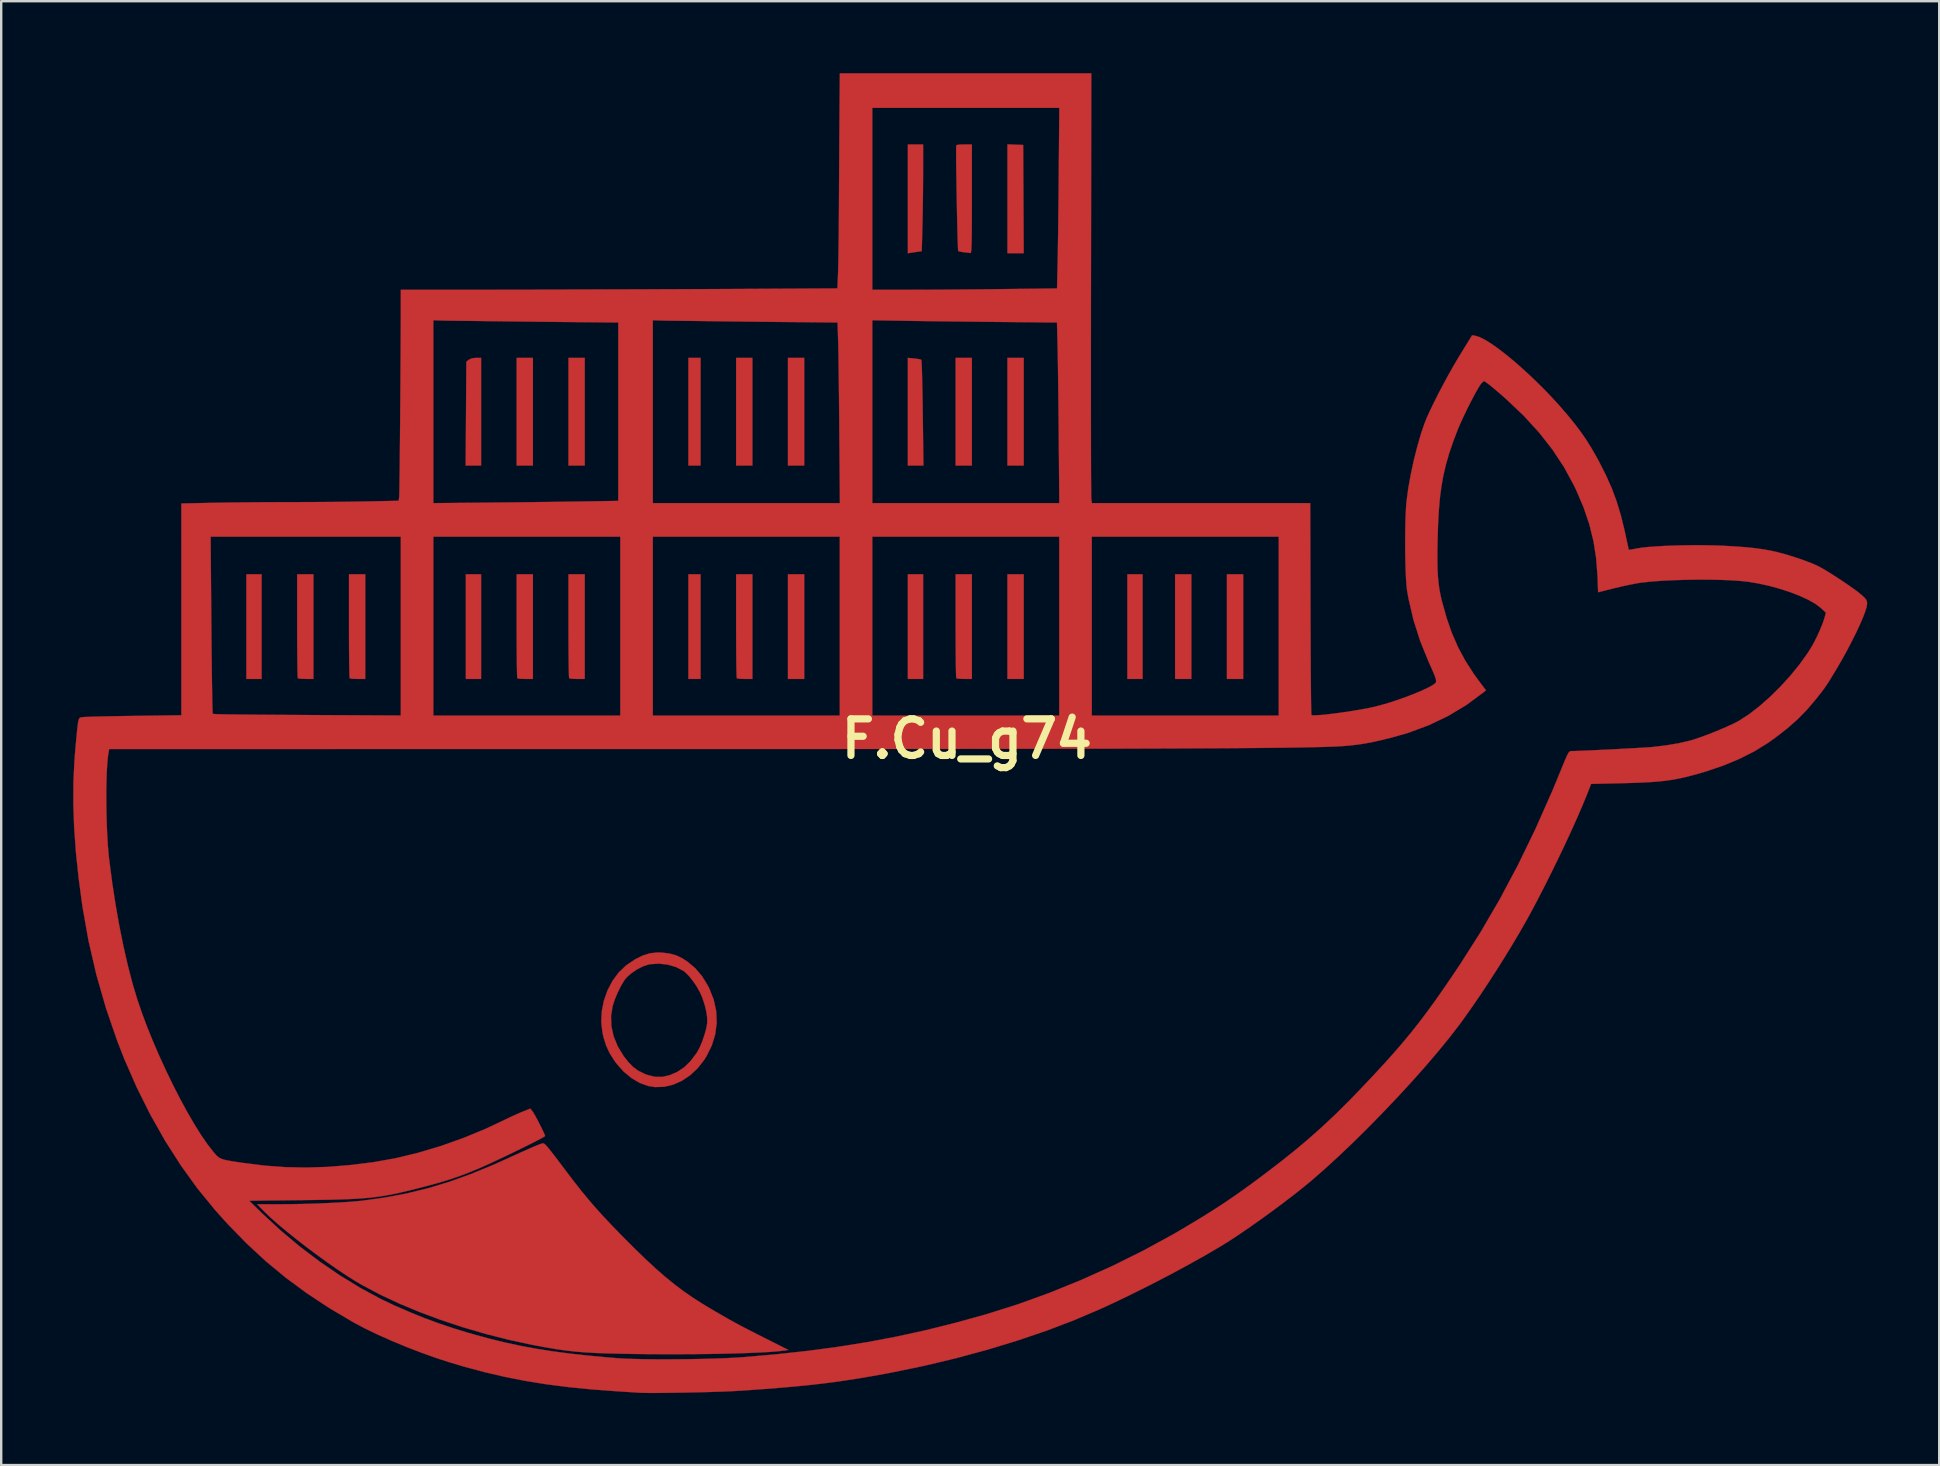
<source format=kicad_pcb>
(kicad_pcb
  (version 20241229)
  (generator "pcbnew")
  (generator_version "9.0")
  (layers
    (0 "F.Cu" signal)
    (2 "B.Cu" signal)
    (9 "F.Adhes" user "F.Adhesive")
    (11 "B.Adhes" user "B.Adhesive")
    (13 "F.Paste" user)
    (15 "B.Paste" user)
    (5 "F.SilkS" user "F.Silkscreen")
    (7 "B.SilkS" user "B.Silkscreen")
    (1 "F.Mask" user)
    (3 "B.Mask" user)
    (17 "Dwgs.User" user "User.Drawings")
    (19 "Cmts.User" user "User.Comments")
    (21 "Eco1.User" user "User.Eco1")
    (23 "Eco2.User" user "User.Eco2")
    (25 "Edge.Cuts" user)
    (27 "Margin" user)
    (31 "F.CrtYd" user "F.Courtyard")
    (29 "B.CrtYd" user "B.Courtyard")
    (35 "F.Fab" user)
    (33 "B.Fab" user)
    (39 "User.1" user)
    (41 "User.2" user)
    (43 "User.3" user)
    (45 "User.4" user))
  (footprint "F.Cu_g74"
    (layer "F.Cu")
    (at 37.228 27.733)
    (property "Reference" "F.Cu_g74" (at 0 0 0) (layer "F.SilkS") (effects (font (size 1.524 1.524) (thickness 0.3))))
    (attr through_hole)
    (fp_poly (pts (xy -29.379 -2.498) (xy -30.014 -2.498) (xy -30.014 -6.858) (xy -29.379 -6.858) (xy -29.379 -2.498)) (stroke (width 0.01) (type solid)) (fill yes) (layer "F.Cu"))
    (fp_poly (pts (xy -20.235 -2.498) (xy -20.87 -2.498) (xy -20.87 -6.858) (xy -20.235 -6.858) (xy -20.235 -2.498)) (stroke (width 0.01) (type solid)) (fill yes) (layer "F.Cu"))
    (fp_poly (pts (xy -18.076 -11.388) (xy -18.754 -11.388) (xy -18.754 -15.875) (xy -18.076 -15.875) (xy -18.076 -11.388)) (stroke (width 0.01) (type solid)) (fill yes) (layer "F.Cu"))
    (fp_poly (pts (xy -15.917 -11.388) (xy -16.595 -11.388) (xy -16.595 -15.875) (xy -15.917 -15.875) (xy -15.917 -11.388)) (stroke (width 0.01) (type solid)) (fill yes) (layer "F.Cu"))
    (fp_poly (pts (xy -11.091 -11.388) (xy -11.599 -11.388) (xy -11.599 -15.875) (xy -11.091 -15.875) (xy -11.091 -11.388)) (stroke (width 0.01) (type solid)) (fill yes) (layer "F.Cu"))
    (fp_poly (pts (xy -11.091 -2.498) (xy -11.599 -2.498) (xy -11.599 -6.858) (xy -11.091 -6.858) (xy -11.091 -2.498)) (stroke (width 0.01) (type solid)) (fill yes) (layer "F.Cu"))
    (fp_poly (pts (xy -8.932 -11.388) (xy -9.61 -11.388) (xy -9.61 -15.875) (xy -8.932 -15.875) (xy -8.932 -11.388)) (stroke (width 0.01) (type solid)) (fill yes) (layer "F.Cu"))
    (fp_poly (pts (xy -6.773 -11.388) (xy -7.451 -11.388) (xy -7.451 -15.875) (xy -6.773 -15.875) (xy -6.773 -11.388)) (stroke (width 0.01) (type solid)) (fill yes) (layer "F.Cu"))
    (fp_poly (pts (xy -6.773 -2.498) (xy -7.451 -2.498) (xy -7.451 -6.858) (xy -6.773 -6.858) (xy -6.773 -2.498)) (stroke (width 0.01) (type solid)) (fill yes) (layer "F.Cu"))
    (fp_poly (pts (xy -1.82 -2.498) (xy -2.455 -2.498) (xy -2.455 -6.858) (xy -1.82 -6.858) (xy -1.82 -2.498)) (stroke (width 0.01) (type solid)) (fill yes) (layer "F.Cu"))
    (fp_poly (pts (xy 0.212 -11.388) (xy -0.466 -11.388) (xy -0.466 -15.875) (xy 0.212 -15.875) (xy 0.212 -11.388)) (stroke (width 0.01) (type solid)) (fill yes) (layer "F.Cu"))
    (fp_poly (pts (xy 2.371 -11.388) (xy 1.693 -11.388) (xy 1.693 -15.875) (xy 2.371 -15.875) (xy 2.371 -11.388)) (stroke (width 0.01) (type solid)) (fill yes) (layer "F.Cu"))
    (fp_poly (pts (xy 2.371 -2.498) (xy 1.693 -2.498) (xy 1.693 -6.858) (xy 2.371 -6.858) (xy 2.371 -2.498)) (stroke (width 0.01) (type solid)) (fill yes) (layer "F.Cu"))
    (fp_poly (pts (xy 7.324 -2.498) (xy 6.689 -2.498) (xy 6.689 -6.858) (xy 7.324 -6.858) (xy 7.324 -2.498)) (stroke (width 0.01) (type solid)) (fill yes) (layer "F.Cu"))
    (fp_poly (pts (xy 9.356 -2.498) (xy 8.678 -2.498) (xy 8.678 -6.858) (xy 9.356 -6.858) (xy 9.356 -2.498)) (stroke (width 0.01) (type solid)) (fill yes) (layer "F.Cu"))
    (fp_poly (pts (xy 11.515 -2.498) (xy 10.837 -2.498) (xy 10.837 -6.858) (xy 11.515 -6.858) (xy 11.515 -2.498)) (stroke (width 0.01) (type solid)) (fill yes) (layer "F.Cu"))
    (fp_poly (pts (xy 2.021 -24.756) (xy 2.349 -24.744) (xy 2.371 -20.235) (xy 1.693 -20.235) (xy 1.693 -24.769) (xy 2.021 -24.756)) (stroke (width 0.01) (type solid)) (fill yes) (layer "F.Cu"))
    (fp_poly (pts (xy -20.235 -11.388) (xy -20.878 -11.388) (xy -20.849 -15.713) (xy -20.749 -15.794) (xy -20.613 -15.858) (xy -20.442 -15.875) (xy -20.235 -15.875) (xy -20.235 -11.388)) (stroke (width 0.01) (type solid)) (fill yes) (layer "F.Cu"))
    (fp_poly (pts (xy -1.82 -23.629) (xy -1.822 -23.244) (xy -1.825 -22.81) (xy -1.83 -22.359) (xy -1.837 -21.921) (xy -1.845 -21.526) (xy -1.848 -21.407) (xy -1.876 -20.321) (xy -2.028 -20.297) (xy -2.178 -20.274) (xy -2.318 -20.253) (xy -2.455 -20.231) (xy -2.455 -24.765) (xy -1.82 -24.765) (xy -1.82 -23.629)) (stroke (width 0.01) (type solid)) (fill yes) (layer "F.Cu"))
    (fp_poly (pts (xy -2.191 -15.848) (xy -2.047 -15.83) (xy -1.939 -15.809) (xy -1.894 -15.793) (xy -1.887 -15.746) (xy -1.88 -15.623) (xy -1.872 -15.431) (xy -1.864 -15.178) (xy -1.857 -14.873) (xy -1.849 -14.523) (xy -1.842 -14.137) (xy -1.836 -13.722) (xy -1.834 -13.576) (xy -1.807 -11.388) (xy -2.455 -11.388) (xy -2.455 -15.874) (xy -2.191 -15.848)) (stroke (width 0.01) (type solid)) (fill yes) (layer "F.Cu"))
    (fp_poly (pts (xy -27.22 -2.498) (xy -27.531 -2.498) (xy -27.686 -2.501) (xy -27.806 -2.511) (xy -27.867 -2.524) (xy -27.869 -2.526) (xy -27.875 -2.573) (xy -27.88 -2.696) (xy -27.885 -2.887) (xy -27.889 -3.139) (xy -27.892 -3.444) (xy -27.895 -3.792) (xy -27.897 -4.177) (xy -27.898 -4.59) (xy -27.898 -4.706) (xy -27.898 -6.858) (xy -27.22 -6.858) (xy -27.22 -2.498)) (stroke (width 0.01) (type solid)) (fill yes) (layer "F.Cu"))
    (fp_poly (pts (xy -25.061 -2.498) (xy -25.372 -2.498) (xy -25.527 -2.501) (xy -25.647 -2.511) (xy -25.708 -2.524) (xy -25.71 -2.526) (xy -25.716 -2.573) (xy -25.721 -2.696) (xy -25.726 -2.887) (xy -25.73 -3.139) (xy -25.733 -3.444) (xy -25.736 -3.792) (xy -25.738 -4.177) (xy -25.739 -4.59) (xy -25.739 -4.706) (xy -25.739 -6.858) (xy -25.061 -6.858) (xy -25.061 -2.498)) (stroke (width 0.01) (type solid)) (fill yes) (layer "F.Cu"))
    (fp_poly (pts (xy -18.076 -2.498) (xy -18.387 -2.498) (xy -18.542 -2.501) (xy -18.662 -2.511) (xy -18.723 -2.524) (xy -18.725 -2.526) (xy -18.731 -2.573) (xy -18.736 -2.696) (xy -18.741 -2.887) (xy -18.745 -3.139) (xy -18.748 -3.444) (xy -18.751 -3.792) (xy -18.753 -4.177) (xy -18.754 -4.59) (xy -18.754 -4.706) (xy -18.754 -6.858) (xy -18.076 -6.858) (xy -18.076 -2.498)) (stroke (width 0.01) (type solid)) (fill yes) (layer "F.Cu"))
    (fp_poly (pts (xy -15.917 -2.498) (xy -16.228 -2.498) (xy -16.383 -2.501) (xy -16.503 -2.511) (xy -16.564 -2.524) (xy -16.566 -2.526) (xy -16.572 -2.573) (xy -16.577 -2.696) (xy -16.582 -2.887) (xy -16.586 -3.139) (xy -16.589 -3.444) (xy -16.592 -3.792) (xy -16.594 -4.177) (xy -16.595 -4.59) (xy -16.595 -4.706) (xy -16.595 -6.858) (xy -15.917 -6.858) (xy -15.917 -2.498)) (stroke (width 0.01) (type solid)) (fill yes) (layer "F.Cu"))
    (fp_poly (pts (xy -8.932 -2.498) (xy -9.243 -2.498) (xy -9.398 -2.501) (xy -9.518 -2.511) (xy -9.579 -2.524) (xy -9.581 -2.526) (xy -9.587 -2.573) (xy -9.592 -2.696) (xy -9.597 -2.887) (xy -9.601 -3.139) (xy -9.604 -3.444) (xy -9.607 -3.792) (xy -9.609 -4.177) (xy -9.61 -4.59) (xy -9.61 -4.706) (xy -9.61 -6.858) (xy -8.932 -6.858) (xy -8.932 -2.498)) (stroke (width 0.01) (type solid)) (fill yes) (layer "F.Cu"))
    (fp_poly (pts (xy 0.212 -2.498) (xy -0.099 -2.498) (xy -0.254 -2.501) (xy -0.374 -2.511) (xy -0.435 -2.524) (xy -0.437 -2.526) (xy -0.443 -2.573) (xy -0.448 -2.696) (xy -0.453 -2.887) (xy -0.457 -3.139) (xy -0.46 -3.444) (xy -0.463 -3.792) (xy -0.465 -4.177) (xy -0.466 -4.59) (xy -0.466 -4.706) (xy -0.466 -6.858) (xy 0.212 -6.858) (xy 0.212 -2.498)) (stroke (width 0.01) (type solid)) (fill yes) (layer "F.Cu"))
    (fp_poly (pts (xy 0.212 -22.5) (xy 0.211 -21.985) (xy 0.21 -21.549) (xy 0.208 -21.187) (xy 0.205 -20.893) (xy 0.2 -20.661) (xy 0.194 -20.486) (xy 0.187 -20.362) (xy 0.177 -20.285) (xy 0.167 -20.247) (xy 0.159 -20.241) (xy 0.088 -20.25) (xy -0.033 -20.264) (xy -0.114 -20.274) (xy -0.243 -20.293) (xy -0.333 -20.314) (xy -0.358 -20.325) (xy -0.363 -20.371) (xy -0.369 -20.491) (xy -0.376 -20.677) (xy -0.384 -20.919) (xy -0.392 -21.207) (xy -0.399 -21.531) (xy -0.407 -21.881) (xy -0.414 -22.249) (xy -0.421 -22.623) (xy -0.428 -22.996) (xy -0.433 -23.356) (xy -0.438 -23.694) (xy -0.442 -24.001) (xy -0.444 -24.267) (xy -0.444 -24.481) (xy -0.443 -24.636) (xy -0.44 -24.72) (xy -0.438 -24.732) (xy -0.389 -24.748) (xy -0.278 -24.76) (xy -0.128 -24.765) (xy -0.103 -24.765) (xy 0.212 -24.765) (xy 0.212 -22.5)) (stroke (width 0.01) (type solid)) (fill yes) (layer "F.Cu"))
    (fp_poly (pts (xy -12.702 8.903) (xy -12.38 8.943) (xy -12.107 9.019) (xy -11.852 9.141) (xy -11.637 9.282) (xy -11.312 9.555) (xy -11.036 9.878) (xy -10.796 10.265) (xy -10.73 10.393) (xy -10.543 10.865) (xy -10.44 11.345) (xy -10.419 11.827) (xy -10.48 12.306) (xy -10.624 12.775) (xy -10.849 13.229) (xy -10.936 13.367) (xy -11.212 13.72) (xy -11.526 14.014) (xy -11.869 14.243) (xy -12.233 14.405) (xy -12.608 14.494) (xy -12.986 14.506) (xy -13.271 14.462) (xy -13.622 14.336) (xy -13.965 14.134) (xy -14.289 13.867) (xy -14.581 13.542) (xy -14.686 13.4) (xy -14.885 13.081) (xy -15.03 12.766) (xy -15.137 12.422) (xy -15.179 12.233) (xy -15.229 11.796) (xy -15.217 11.549) (xy -14.822 11.549) (xy -14.807 11.972) (xy -14.712 12.396) (xy -14.54 12.815) (xy -14.292 13.221) (xy -14.11 13.453) (xy -13.904 13.665) (xy -13.688 13.825) (xy -13.429 13.953) (xy -13.325 13.994) (xy -12.999 14.078) (xy -12.684 14.082) (xy -12.382 14.012) (xy -12.055 13.87) (xy -11.769 13.679) (xy -11.511 13.426) (xy -11.266 13.102) (xy -11.233 13.051) (xy -11.129 12.859) (xy -11.025 12.613) (xy -10.932 12.342) (xy -10.858 12.078) (xy -10.816 11.852) (xy -10.814 11.628) (xy -10.852 11.357) (xy -10.924 11.063) (xy -11.023 10.769) (xy -11.116 10.557) (xy -11.247 10.323) (xy -11.404 10.093) (xy -11.569 9.887) (xy -11.726 9.727) (xy -11.805 9.665) (xy -12.109 9.507) (xy -12.455 9.405) (xy -12.82 9.363) (xy -13.179 9.385) (xy -13.259 9.4) (xy -13.494 9.477) (xy -13.742 9.605) (xy -13.977 9.765) (xy -14.173 9.94) (xy -14.266 10.053) (xy -14.411 10.296) (xy -14.554 10.585) (xy -14.676 10.886) (xy -14.755 11.134) (xy -14.822 11.549) (xy -15.217 11.549) (xy -15.207 11.35) (xy -15.12 10.908) (xy -14.971 10.483) (xy -14.766 10.09) (xy -14.51 9.741) (xy -14.208 9.451) (xy -14.151 9.408) (xy -13.815 9.183) (xy -13.504 9.026) (xy -13.205 8.933) (xy -12.901 8.898) (xy -12.702 8.903)) (stroke (width 0.01) (type solid)) (fill yes) (layer "F.Cu"))
    (fp_poly (pts (xy -17.629 16.854) (xy -17.595 16.873) (xy -17.55 16.913) (xy -17.489 16.979) (xy -17.405 17.079) (xy -17.294 17.219) (xy -17.15 17.406) (xy -16.967 17.647) (xy -16.74 17.947) (xy -16.691 18.013) (xy -16.367 18.439) (xy -16.067 18.82) (xy -15.777 19.173) (xy -15.485 19.513) (xy -15.175 19.857) (xy -14.834 20.22) (xy -14.449 20.619) (xy -14.311 20.759) (xy -13.817 21.254) (xy -13.365 21.691) (xy -12.948 22.077) (xy -12.555 22.42) (xy -12.177 22.727) (xy -11.804 23.008) (xy -11.428 23.269) (xy -11.038 23.519) (xy -10.856 23.63) (xy -10.516 23.832) (xy -10.218 24.006) (xy -9.945 24.162) (xy -9.679 24.309) (xy -9.402 24.458) (xy -9.098 24.616) (xy -8.749 24.795) (xy -8.423 24.959) (xy -7.429 25.459) (xy -7.662 25.49) (xy -7.919 25.518) (xy -8.251 25.543) (xy -8.652 25.565) (xy -9.113 25.584) (xy -9.625 25.601) (xy -10.181 25.615) (xy -10.772 25.625) (xy -11.39 25.632) (xy -12.027 25.635) (xy -12.674 25.635) (xy -13.324 25.631) (xy -13.968 25.623) (xy -14.541 25.612) (xy -15.071 25.598) (xy -15.535 25.58) (xy -15.95 25.555) (xy -16.337 25.522) (xy -16.712 25.48) (xy -17.095 25.426) (xy -17.503 25.357) (xy -17.956 25.274) (xy -18.096 25.247) (xy -19.062 25.039) (xy -20.028 24.794) (xy -20.983 24.515) (xy -21.914 24.207) (xy -22.811 23.873) (xy -23.662 23.517) (xy -24.456 23.145) (xy -25.181 22.759) (xy -25.455 22.599) (xy -25.82 22.37) (xy -26.221 22.103) (xy -26.645 21.807) (xy -27.08 21.492) (xy -27.514 21.167) (xy -27.936 20.839) (xy -28.334 20.52) (xy -28.696 20.217) (xy -29.009 19.94) (xy -29.263 19.698) (xy -29.272 19.688) (xy -29.568 19.389) (xy -28.659 19.388) (xy -28.152 19.384) (xy -27.632 19.374) (xy -27.113 19.359) (xy -26.611 19.338) (xy -26.14 19.314) (xy -25.716 19.287) (xy -25.354 19.256) (xy -25.207 19.241) (xy -24.256 19.11) (xy -23.342 18.939) (xy -22.448 18.721) (xy -21.559 18.453) (xy -20.657 18.129) (xy -19.727 17.746) (xy -19.283 17.547) (xy -18.863 17.355) (xy -18.515 17.198) (xy -18.233 17.073) (xy -18.012 16.977) (xy -17.848 16.91) (xy -17.736 16.869) (xy -17.67 16.851) (xy -17.657 16.849) (xy -17.629 16.854)) (stroke (width 0.01) (type solid)) (fill yes) (layer "F.Cu"))
    (fp_poly (pts (xy 5.174 -18.955) (xy 5.172 -18.097) (xy 5.172 -17.26) (xy 5.171 -16.448) (xy 5.171 -15.665) (xy 5.171 -14.916) (xy 5.171 -14.205) (xy 5.171 -13.534) (xy 5.172 -12.909) (xy 5.173 -12.334) (xy 5.174 -11.812) (xy 5.175 -11.348) (xy 5.177 -10.946) (xy 5.179 -10.609) (xy 5.181 -10.342) (xy 5.183 -10.149) (xy 5.185 -10.033) (xy 5.187 -10.001) (xy 5.212 -9.821) (xy 14.308 -9.821) (xy 14.319 -5.422) (xy 14.32 -4.819) (xy 14.323 -4.24) (xy 14.325 -3.69) (xy 14.328 -3.175) (xy 14.331 -2.702) (xy 14.335 -2.274) (xy 14.338 -1.899) (xy 14.342 -1.581) (xy 14.346 -1.326) (xy 14.35 -1.14) (xy 14.354 -1.028) (xy 14.357 -0.996) (xy 14.418 -0.982) (xy 14.55 -0.982) (xy 14.741 -0.995) (xy 14.981 -1.018) (xy 15.256 -1.05) (xy 15.555 -1.089) (xy 15.867 -1.134) (xy 16.179 -1.184) (xy 16.48 -1.236) (xy 16.758 -1.289) (xy 17 -1.342) (xy 17.046 -1.354) (xy 17.349 -1.434) (xy 17.668 -1.53) (xy 17.994 -1.638) (xy 18.315 -1.753) (xy 18.621 -1.871) (xy 18.901 -1.987) (xy 19.144 -2.098) (xy 19.339 -2.198) (xy 19.476 -2.284) (xy 19.543 -2.351) (xy 19.545 -2.356) (xy 19.553 -2.406) (xy 19.543 -2.478) (xy 19.511 -2.584) (xy 19.452 -2.734) (xy 19.364 -2.939) (xy 19.243 -3.209) (xy 19.239 -3.217) (xy 18.891 -4.071) (xy 18.61 -4.952) (xy 18.403 -5.838) (xy 18.343 -6.181) (xy 18.319 -6.388) (xy 18.299 -6.665) (xy 18.284 -6.997) (xy 18.272 -7.371) (xy 18.265 -7.771) (xy 18.263 -8.184) (xy 18.265 -8.594) (xy 18.272 -8.987) (xy 18.284 -9.349) (xy 18.301 -9.665) (xy 18.322 -9.92) (xy 18.323 -9.927) (xy 18.396 -10.46) (xy 18.5 -11.036) (xy 18.628 -11.627) (xy 18.775 -12.207) (xy 18.934 -12.749) (xy 19.054 -13.102) (xy 19.151 -13.346) (xy 19.286 -13.648) (xy 19.452 -13.994) (xy 19.641 -14.37) (xy 19.847 -14.763) (xy 20.062 -15.158) (xy 20.279 -15.543) (xy 20.491 -15.903) (xy 20.548 -15.996) (xy 21.052 -16.815) (xy 21.192 -16.793) (xy 21.371 -16.736) (xy 21.599 -16.621) (xy 21.867 -16.453) (xy 22.169 -16.238) (xy 22.499 -15.982) (xy 22.849 -15.691) (xy 23.212 -15.37) (xy 23.582 -15.026) (xy 23.952 -14.665) (xy 24.315 -14.291) (xy 24.664 -13.912) (xy 24.992 -13.533) (xy 25.035 -13.483) (xy 25.33 -13.118) (xy 25.582 -12.786) (xy 25.805 -12.463) (xy 26.017 -12.124) (xy 26.234 -11.745) (xy 26.342 -11.547) (xy 26.628 -10.984) (xy 26.87 -10.44) (xy 27.074 -9.89) (xy 27.249 -9.312) (xy 27.404 -8.682) (xy 27.456 -8.439) (xy 27.499 -8.236) (xy 27.537 -8.065) (xy 27.565 -7.942) (xy 27.581 -7.883) (xy 27.582 -7.881) (xy 27.626 -7.882) (xy 27.733 -7.898) (xy 27.881 -7.926) (xy 27.925 -7.935) (xy 28.134 -7.968) (xy 28.414 -7.997) (xy 28.753 -8.022) (xy 29.137 -8.042) (xy 29.552 -8.057) (xy 29.986 -8.066) (xy 30.425 -8.07) (xy 30.855 -8.066) (xy 31.265 -8.056) (xy 31.485 -8.047) (xy 31.999 -8.019) (xy 32.443 -7.986) (xy 32.831 -7.946) (xy 33.177 -7.899) (xy 33.494 -7.841) (xy 33.722 -7.791) (xy 34.041 -7.708) (xy 34.382 -7.606) (xy 34.722 -7.494) (xy 35.04 -7.379) (xy 35.315 -7.267) (xy 35.496 -7.182) (xy 35.686 -7.077) (xy 35.918 -6.937) (xy 36.177 -6.774) (xy 36.446 -6.598) (xy 36.708 -6.42) (xy 36.947 -6.252) (xy 37.145 -6.105) (xy 37.285 -5.99) (xy 37.404 -5.879) (xy 37.471 -5.796) (xy 37.501 -5.718) (xy 37.507 -5.622) (xy 37.486 -5.49) (xy 37.425 -5.294) (xy 37.329 -5.045) (xy 37.202 -4.753) (xy 37.05 -4.426) (xy 36.875 -4.075) (xy 36.684 -3.709) (xy 36.48 -3.337) (xy 36.267 -2.969) (xy 36.207 -2.868) (xy 36.055 -2.617) (xy 35.934 -2.42) (xy 35.83 -2.259) (xy 35.731 -2.116) (xy 35.625 -1.973) (xy 35.498 -1.81) (xy 35.372 -1.651) (xy 35 -1.213) (xy 34.604 -0.81) (xy 34.168 -0.426) (xy 33.677 -0.045) (xy 33.359 0.179) (xy 32.816 0.515) (xy 32.203 0.825) (xy 31.531 1.106) (xy 30.812 1.351) (xy 30.593 1.416) (xy 30.259 1.509) (xy 29.956 1.587) (xy 29.672 1.651) (xy 29.394 1.703) (xy 29.11 1.744) (xy 28.804 1.776) (xy 28.465 1.801) (xy 28.08 1.821) (xy 27.634 1.837) (xy 27.176 1.849) (xy 26.01 1.876) (xy 25.825 2.346) (xy 25.642 2.79) (xy 25.424 3.294) (xy 25.178 3.842) (xy 24.909 4.421) (xy 24.625 5.015) (xy 24.333 5.612) (xy 24.04 6.196) (xy 23.752 6.753) (xy 23.477 7.27) (xy 23.34 7.518) (xy 22.996 8.121) (xy 22.615 8.759) (xy 22.209 9.414) (xy 21.79 10.067) (xy 21.37 10.702) (xy 20.959 11.298) (xy 20.571 11.839) (xy 20.513 11.917) (xy 20.1 12.453) (xy 19.628 13.03) (xy 19.109 13.638) (xy 18.55 14.267) (xy 17.963 14.905) (xy 17.356 15.545) (xy 16.74 16.174) (xy 16.124 16.784) (xy 15.517 17.363) (xy 14.929 17.902) (xy 14.37 18.391) (xy 14.33 18.424) (xy 13.986 18.707) (xy 13.593 19.018) (xy 13.164 19.346) (xy 12.713 19.681) (xy 12.255 20.013) (xy 11.803 20.332) (xy 11.371 20.628) (xy 10.974 20.89) (xy 10.626 21.109) (xy 10.583 21.135) (xy 9.91 21.528) (xy 9.176 21.938) (xy 8.402 22.354) (xy 7.607 22.765) (xy 6.813 23.161) (xy 6.039 23.532) (xy 5.567 23.749) (xy 4.488 24.21) (xy 3.337 24.649) (xy 2.124 25.062) (xy 0.862 25.446) (xy -0.44 25.799) (xy -1.772 26.117) (xy -3.121 26.396) (xy -3.429 26.454) (xy -3.994 26.555) (xy -4.528 26.646) (xy -5.044 26.726) (xy -5.552 26.799) (xy -6.066 26.864) (xy -6.598 26.924) (xy -7.16 26.979) (xy -7.764 27.032) (xy -8.423 27.084) (xy -9.148 27.136) (xy -9.499 27.16) (xy -9.742 27.173) (xy -10.042 27.187) (xy -10.388 27.199) (xy -10.768 27.211) (xy -11.169 27.221) (xy -11.58 27.23) (xy -11.987 27.238) (xy -12.38 27.243) (xy -12.747 27.247) (xy -13.074 27.248) (xy -13.349 27.247) (xy -13.562 27.243) (xy -13.674 27.238) (xy -13.797 27.229) (xy -13.984 27.217) (xy -14.214 27.202) (xy -14.466 27.186) (xy -14.605 27.177) (xy -15.64 27.1) (xy -16.607 27.004) (xy -17.521 26.887) (xy -18.396 26.746) (xy -19.247 26.578) (xy -20.09 26.382) (xy -20.939 26.154) (xy -21.569 25.967) (xy -22.148 25.778) (xy -22.751 25.561) (xy -23.361 25.326) (xy -23.959 25.077) (xy -24.528 24.824) (xy -25.051 24.573) (xy -25.511 24.331) (xy -25.548 24.31) (xy -26.554 23.715) (xy -27.489 23.099) (xy -28.367 22.452) (xy -29.2 21.764) (xy -30.002 21.022) (xy -30.787 20.217) (xy -31.321 19.623) (xy -32.05 18.731) (xy -32.745 17.767) (xy -33.402 16.737) (xy -34.017 15.65) (xy -34.585 14.51) (xy -35.103 13.326) (xy -35.385 12.605) (xy -35.861 11.225) (xy -36.265 9.816) (xy -36.594 8.393) (xy -36.845 6.973) (xy -36.846 6.964) (xy -37 5.816) (xy -37.114 4.734) (xy -37.188 3.706) (xy -37.223 2.724) (xy -37.22 2.221) (xy -35.85 2.221) (xy -35.849 2.678) (xy -35.842 3.146) (xy -35.828 3.611) (xy -35.808 4.062) (xy -35.781 4.486) (xy -35.747 4.87) (xy -35.731 5.016) (xy -35.609 5.953) (xy -35.468 6.877) (xy -35.31 7.776) (xy -35.136 8.638) (xy -34.95 9.451) (xy -34.754 10.202) (xy -34.562 10.845) (xy -34.368 11.413) (xy -34.145 12.007) (xy -33.898 12.617) (xy -33.631 13.233) (xy -33.349 13.846) (xy -33.058 14.445) (xy -32.762 15.022) (xy -32.466 15.565) (xy -32.175 16.066) (xy -31.893 16.515) (xy -31.626 16.902) (xy -31.391 17.202) (xy -31.305 17.303) (xy -31.23 17.381) (xy -31.154 17.442) (xy -31.065 17.489) (xy -30.95 17.528) (xy -30.797 17.563) (xy -30.592 17.599) (xy -30.325 17.64) (xy -30.12 17.67) (xy -29.244 17.779) (xy -28.383 17.842) (xy -27.519 17.859) (xy -26.635 17.831) (xy -25.715 17.757) (xy -24.742 17.637) (xy -24.701 17.631) (xy -23.798 17.471) (xy -22.862 17.245) (xy -21.911 16.961) (xy -20.961 16.623) (xy -20.028 16.237) (xy -19.259 15.874) (xy -19.044 15.769) (xy -18.814 15.663) (xy -18.604 15.571) (xy -18.511 15.532) (xy -18.184 15.402) (xy -18.095 15.514) (xy -18.046 15.588) (xy -17.974 15.714) (xy -17.888 15.874) (xy -17.797 16.048) (xy -17.711 16.221) (xy -17.637 16.373) (xy -17.587 16.486) (xy -17.568 16.543) (xy -17.605 16.572) (xy -17.709 16.632) (xy -17.869 16.717) (xy -18.077 16.824) (xy -18.321 16.946) (xy -18.593 17.08) (xy -18.881 17.221) (xy -19.177 17.364) (xy -19.471 17.503) (xy -19.751 17.634) (xy -20.009 17.752) (xy -20.234 17.853) (xy -20.36 17.907) (xy -20.77 18.075) (xy -21.152 18.219) (xy -21.532 18.349) (xy -21.935 18.472) (xy -22.387 18.597) (xy -22.572 18.646) (xy -22.98 18.751) (xy -23.345 18.841) (xy -23.678 18.918) (xy -23.99 18.983) (xy -24.289 19.037) (xy -24.588 19.081) (xy -24.896 19.117) (xy -25.223 19.145) (xy -25.581 19.167) (xy -25.979 19.183) (xy -26.427 19.196) (xy -26.937 19.205) (xy -27.519 19.213) (xy -27.68 19.215) (xy -29.896 19.241) (xy -29.331 19.792) (xy -28.583 20.484) (xy -27.791 21.147) (xy -26.967 21.771) (xy -26.124 22.348) (xy -25.274 22.869) (xy -24.431 23.325) (xy -23.834 23.61) (xy -23.194 23.887) (xy -22.598 24.129) (xy -22.015 24.344) (xy -21.42 24.545) (xy -20.783 24.739) (xy -20.532 24.812) (xy -19.878 24.99) (xy -19.237 25.147) (xy -18.597 25.285) (xy -17.943 25.406) (xy -17.264 25.513) (xy -16.545 25.608) (xy -15.773 25.693) (xy -14.937 25.77) (xy -14.541 25.802) (xy -14.252 25.819) (xy -13.891 25.832) (xy -13.473 25.841) (xy -13.01 25.847) (xy -12.516 25.848) (xy -12.005 25.845) (xy -11.489 25.839) (xy -10.982 25.83) (xy -10.497 25.816) (xy -10.048 25.8) (xy -9.649 25.78) (xy -9.356 25.761) (xy -7.963 25.641) (xy -6.638 25.497) (xy -5.367 25.327) (xy -4.134 25.13) (xy -2.925 24.901) (xy -1.727 24.639) (xy -0.525 24.34) (xy 0.697 24.004) (xy 0.826 23.966) (xy 2.123 23.557) (xy 3.442 23.08) (xy 4.764 22.543) (xy 6.072 21.955) (xy 7.348 21.322) (xy 8.574 20.653) (xy 8.911 20.457) (xy 9.455 20.133) (xy 9.941 19.836) (xy 10.387 19.554) (xy 10.811 19.276) (xy 11.229 18.989) (xy 11.659 18.683) (xy 12.12 18.345) (xy 12.34 18.18) (xy 13.031 17.653) (xy 13.663 17.149) (xy 14.252 16.654) (xy 14.816 16.152) (xy 15.371 15.63) (xy 15.933 15.072) (xy 16.429 14.559) (xy 16.923 14.036) (xy 17.367 13.557) (xy 17.77 13.108) (xy 18.141 12.679) (xy 18.491 12.258) (xy 18.829 11.832) (xy 19.164 11.389) (xy 19.506 10.919) (xy 19.864 10.408) (xy 20.248 9.845) (xy 20.562 9.377) (xy 21.403 8.056) (xy 22.204 6.682) (xy 22.966 5.248) (xy 23.693 3.749) (xy 24.389 2.179) (xy 24.743 1.322) (xy 24.854 1.049) (xy 24.939 0.845) (xy 25.003 0.7) (xy 25.053 0.604) (xy 25.093 0.547) (xy 25.129 0.518) (xy 25.166 0.509) (xy 25.187 0.508) (xy 25.308 0.506) (xy 25.5 0.499) (xy 25.751 0.489) (xy 26.047 0.476) (xy 26.375 0.46) (xy 26.723 0.444) (xy 27.076 0.426) (xy 27.422 0.407) (xy 27.748 0.39) (xy 28.041 0.373) (xy 28.287 0.358) (xy 28.474 0.345) (xy 28.575 0.337) (xy 29.135 0.27) (xy 29.648 0.184) (xy 30.099 0.08) (xy 30.184 0.057) (xy 30.436 -0.023) (xy 30.731 -0.128) (xy 31.049 -0.249) (xy 31.369 -0.38) (xy 31.673 -0.511) (xy 31.939 -0.634) (xy 32.148 -0.742) (xy 32.176 -0.758) (xy 32.588 -1.025) (xy 33.019 -1.358) (xy 33.457 -1.744) (xy 33.889 -2.169) (xy 34.301 -2.621) (xy 34.682 -3.087) (xy 35.017 -3.554) (xy 35.155 -3.768) (xy 35.283 -3.993) (xy 35.416 -4.255) (xy 35.541 -4.529) (xy 35.648 -4.789) (xy 35.724 -5.008) (xy 35.737 -5.053) (xy 35.792 -5.259) (xy 35.576 -5.458) (xy 35.357 -5.624) (xy 35.067 -5.79) (xy 34.717 -5.953) (xy 34.32 -6.108) (xy 33.889 -6.249) (xy 33.436 -6.374) (xy 32.973 -6.476) (xy 32.583 -6.542) (xy 32.261 -6.578) (xy 31.869 -6.606) (xy 31.425 -6.624) (xy 30.944 -6.634) (xy 30.441 -6.635) (xy 29.932 -6.627) (xy 29.434 -6.612) (xy 28.96 -6.588) (xy 28.528 -6.556) (xy 28.153 -6.516) (xy 28.022 -6.498) (xy 27.819 -6.463) (xy 27.563 -6.412) (xy 27.284 -6.351) (xy 27.012 -6.287) (xy 26.946 -6.271) (xy 26.301 -6.109) (xy 26.277 -6.769) (xy 26.221 -7.52) (xy 26.108 -8.239) (xy 25.934 -8.944) (xy 25.693 -9.651) (xy 25.383 -10.376) (xy 25.294 -10.562) (xy 24.881 -11.322) (xy 24.398 -12.055) (xy 23.84 -12.766) (xy 23.206 -13.459) (xy 22.49 -14.139) (xy 22.487 -14.142) (xy 22.285 -14.32) (xy 22.093 -14.486) (xy 21.924 -14.629) (xy 21.792 -14.738) (xy 21.713 -14.798) (xy 21.546 -14.914) (xy 21.442 -14.817) (xy 21.385 -14.742) (xy 21.299 -14.602) (xy 21.191 -14.412) (xy 21.069 -14.184) (xy 20.939 -13.931) (xy 20.808 -13.667) (xy 20.682 -13.404) (xy 20.568 -13.156) (xy 20.474 -12.936) (xy 20.45 -12.878) (xy 20.259 -12.376) (xy 20.098 -11.904) (xy 19.966 -11.447) (xy 19.858 -10.992) (xy 19.774 -10.524) (xy 19.71 -10.028) (xy 19.663 -9.49) (xy 19.632 -8.897) (xy 19.613 -8.255) (xy 19.606 -7.778) (xy 19.606 -7.373) (xy 19.614 -7.025) (xy 19.631 -6.721) (xy 19.658 -6.448) (xy 19.696 -6.193) (xy 19.746 -5.941) (xy 19.793 -5.743) (xy 19.988 -5.043) (xy 20.209 -4.408) (xy 20.465 -3.821) (xy 20.765 -3.263) (xy 21.115 -2.718) (xy 21.356 -2.385) (xy 21.629 -2.024) (xy 21.514 -1.93) (xy 20.811 -1.411) (xy 20.057 -0.958) (xy 19.25 -0.572) (xy 18.393 -0.253) (xy 17.661 -0.045) (xy 17.257 0.053) (xy 16.913 0.13) (xy 16.606 0.189) (xy 16.316 0.234) (xy 16.021 0.269) (xy 15.723 0.296) (xy 15.599 0.304) (xy 15.451 0.313) (xy 15.276 0.321) (xy 15.073 0.328) (xy 14.84 0.336) (xy 14.576 0.342) (xy 14.278 0.349) (xy 13.945 0.355) (xy 13.575 0.361) (xy 13.166 0.367) (xy 12.715 0.372) (xy 12.223 0.377) (xy 11.685 0.381) (xy 11.101 0.386) (xy 10.469 0.39) (xy 9.787 0.393) (xy 9.054 0.397) (xy 8.266 0.4) (xy 7.423 0.403) (xy 6.523 0.406) (xy 5.563 0.408) (xy 4.542 0.41) (xy 3.459 0.412) (xy 2.31 0.414) (xy 1.096 0.416) (xy -0.187 0.417) (xy -1.541 0.419) (xy -2.966 0.42) (xy -4.466 0.42) (xy -6.041 0.421) (xy -7.693 0.422) (xy -9.425 0.422) (xy -11.238 0.422) (xy -12.9 0.422) (xy -35.728 0.423) (xy -35.748 0.519) (xy -35.782 0.74) (xy -35.809 1.033) (xy -35.83 1.386) (xy -35.843 1.786) (xy -35.85 2.221) (xy -37.22 2.221) (xy -37.218 1.779) (xy -37.174 0.859) (xy -37.131 0.339) (xy -37.098 -0.013) (xy -37.072 -0.29) (xy -37.05 -0.501) (xy -37.03 -0.655) (xy -37.01 -0.762) (xy -36.988 -0.831) (xy -36.961 -0.87) (xy -36.929 -0.89) (xy -36.888 -0.899) (xy -36.84 -0.906) (xy -36.766 -0.912) (xy -36.616 -0.918) (xy -36.401 -0.925) (xy -36.128 -0.932) (xy -35.808 -0.939) (xy -35.448 -0.946) (xy -35.059 -0.953) (xy -34.703 -0.958) (xy -32.724 -0.985) (xy -32.724 -8.424) (xy -31.503 -8.424) (xy -31.473 -4.752) (xy -31.468 -4.202) (xy -31.463 -3.675) (xy -31.458 -3.18) (xy -31.452 -2.721) (xy -31.446 -2.304) (xy -31.44 -1.937) (xy -31.435 -1.625) (xy -31.429 -1.373) (xy -31.424 -1.19) (xy -31.419 -1.079) (xy -31.415 -1.048) (xy -31.403 -1.043) (xy -31.374 -1.039) (xy -31.324 -1.035) (xy -31.248 -1.031) (xy -31.143 -1.028) (xy -31.004 -1.024) (xy -30.828 -1.021) (xy -30.61 -1.018) (xy -30.347 -1.015) (xy -30.035 -1.012) (xy -29.669 -1.009) (xy -29.245 -1.006) (xy -28.76 -1.002) (xy -28.209 -0.999) (xy -27.589 -0.995) (xy -26.895 -0.991) (xy -26.123 -0.987) (xy -25.495 -0.984) (xy -23.58 -0.974) (xy -23.58 -8.424) (xy -22.225 -8.424) (xy -22.225 -0.974) (xy -14.436 -0.974) (xy -14.436 -8.424) (xy -13.081 -8.424) (xy -13.081 -0.974) (xy -5.292 -0.974) (xy -5.292 -8.424) (xy -3.937 -8.424) (xy -3.937 -0.974) (xy 3.852 -0.974) (xy 3.852 -8.424) (xy 5.207 -8.424) (xy 5.207 -0.974) (xy 12.996 -0.974) (xy 12.996 -8.424) (xy 5.207 -8.424) (xy 3.852 -8.424) (xy -3.937 -8.424) (xy -5.292 -8.424) (xy -13.081 -8.424) (xy -14.436 -8.424) (xy -22.225 -8.424) (xy -23.58 -8.424) (xy -31.503 -8.424) (xy -32.724 -8.424) (xy -32.724 -9.808) (xy -32.069 -9.821) (xy -13.081 -9.821) (xy -5.287 -9.821) (xy -3.937 -9.821) (xy 3.854 -9.821) (xy 3.831 -12.562) (xy 3.826 -13.073) (xy 3.821 -13.586) (xy 3.816 -14.091) (xy 3.81 -14.577) (xy 3.804 -15.032) (xy 3.799 -15.447) (xy 3.793 -15.809) (xy 3.788 -16.109) (xy 3.783 -16.325) (xy 3.758 -17.347) (xy 1.149 -17.372) (xy 0.64 -17.377) (xy 0.12 -17.383) (xy -0.399 -17.389) (xy -0.904 -17.395) (xy -1.383 -17.401) (xy -1.822 -17.407) (xy -2.21 -17.412) (xy -2.534 -17.417) (xy -2.699 -17.42) (xy -3.937 -17.441) (xy -3.937 -9.821) (xy -5.287 -9.821) (xy -5.312 -12.859) (xy -5.316 -13.381) (xy -5.321 -13.896) (xy -5.326 -14.395) (xy -5.332 -14.868) (xy -5.337 -15.306) (xy -5.343 -15.701) (xy -5.348 -16.044) (xy -5.353 -16.325) (xy -5.358 -16.535) (xy -5.361 -16.621) (xy -5.385 -17.347) (xy -7.995 -17.372) (xy -8.504 -17.377) (xy -9.024 -17.383) (xy -9.543 -17.389) (xy -10.048 -17.395) (xy -10.526 -17.401) (xy -10.966 -17.407) (xy -11.354 -17.412) (xy -11.678 -17.417) (xy -11.843 -17.42) (xy -13.081 -17.441) (xy -13.081 -9.821) (xy -32.069 -9.821) (xy -32.049 -9.822) (xy -22.225 -9.822) (xy -19.907 -9.844) (xy -19.406 -9.849) (xy -18.878 -9.854) (xy -18.338 -9.86) (xy -17.804 -9.867) (xy -17.29 -9.873) (xy -16.813 -9.88) (xy -16.39 -9.886) (xy -16.055 -9.891) (xy -14.52 -9.916) (xy -14.52 -17.347) (xy -17.134 -17.372) (xy -17.644 -17.377) (xy -18.164 -17.383) (xy -18.683 -17.389) (xy -19.188 -17.395) (xy -19.667 -17.401) (xy -20.107 -17.406) (xy -20.495 -17.412) (xy -20.82 -17.417) (xy -20.987 -17.42) (xy -22.225 -17.441) (xy -22.225 -9.822) (xy -32.049 -9.822) (xy -31.383 -9.836) (xy -31.027 -9.842) (xy -30.606 -9.848) (xy -30.139 -9.853) (xy -29.647 -9.858) (xy -29.148 -9.861) (xy -28.662 -9.863) (xy -28.219 -9.864) (xy -27.763 -9.865) (xy -27.274 -9.867) (xy -26.772 -9.87) (xy -26.275 -9.874) (xy -25.804 -9.88) (xy -25.379 -9.886) (xy -25.031 -9.892) (xy -23.667 -9.92) (xy -23.647 -10.093) (xy -23.644 -10.157) (xy -23.64 -10.298) (xy -23.637 -10.51) (xy -23.633 -10.786) (xy -23.628 -11.117) (xy -23.624 -11.498) (xy -23.62 -11.921) (xy -23.615 -12.379) (xy -23.611 -12.865) (xy -23.606 -13.372) (xy -23.602 -13.892) (xy -23.598 -14.419) (xy -23.594 -14.945) (xy -23.591 -15.464) (xy -23.587 -15.968) (xy -23.585 -16.451) (xy -23.583 -16.904) (xy -23.581 -17.322) (xy -23.58 -17.696) (xy -23.58 -17.981) (xy -23.58 -18.711) (xy -19.907 -18.711) (xy -19.367 -18.712) (xy -18.752 -18.712) (xy -18.075 -18.714) (xy -17.345 -18.715) (xy -16.573 -18.717) (xy -15.77 -18.719) (xy -14.947 -18.722) (xy -14.114 -18.725) (xy -13.282 -18.728) (xy -12.462 -18.732) (xy -11.665 -18.735) (xy -10.901 -18.739) (xy -10.812 -18.739) (xy -5.389 -18.768) (xy -5.361 -19.491) (xy -5.356 -19.675) (xy -5.35 -19.932) (xy -5.345 -20.252) (xy -5.34 -20.623) (xy -5.335 -21.035) (xy -5.331 -21.475) (xy -5.327 -21.933) (xy -5.325 -22.397) (xy -5.324 -22.543) (xy -5.322 -23.039) (xy -5.319 -23.558) (xy -5.316 -24.085) (xy -5.313 -24.605) (xy -5.31 -25.101) (xy -5.307 -25.559) (xy -5.304 -25.963) (xy -5.302 -26.289) (xy -3.937 -26.289) (xy -3.937 -18.711) (xy -2.378 -18.711) (xy -2.011 -18.712) (xy -1.577 -18.714) (xy -1.09 -18.716) (xy -0.569 -18.72) (xy -0.03 -18.724) (xy 0.511 -18.729) (xy 1.037 -18.734) (xy 1.47 -18.739) (xy 3.759 -18.767) (xy 3.783 -19.787) (xy 3.788 -20.016) (xy 3.793 -20.318) (xy 3.799 -20.682) (xy 3.805 -21.099) (xy 3.81 -21.556) (xy 3.816 -22.042) (xy 3.822 -22.548) (xy 3.827 -23.061) (xy 3.831 -23.548) (xy 3.854 -26.289) (xy -3.937 -26.289) (xy -5.302 -26.289) (xy -5.302 -26.297) (xy -5.302 -26.3) (xy -5.289 -27.728) (xy 5.186 -27.728) (xy 5.174 -18.955)) (stroke (width 0.01) (type solid)) (fill yes) (layer "F.Cu")))
  (gr_rect
    (start -3 -3)
    (end 77.74 57.986)
    (stroke (width 0.1) (type default))
    (fill no)
    (layer "Edge.Cuts")))
</source>
